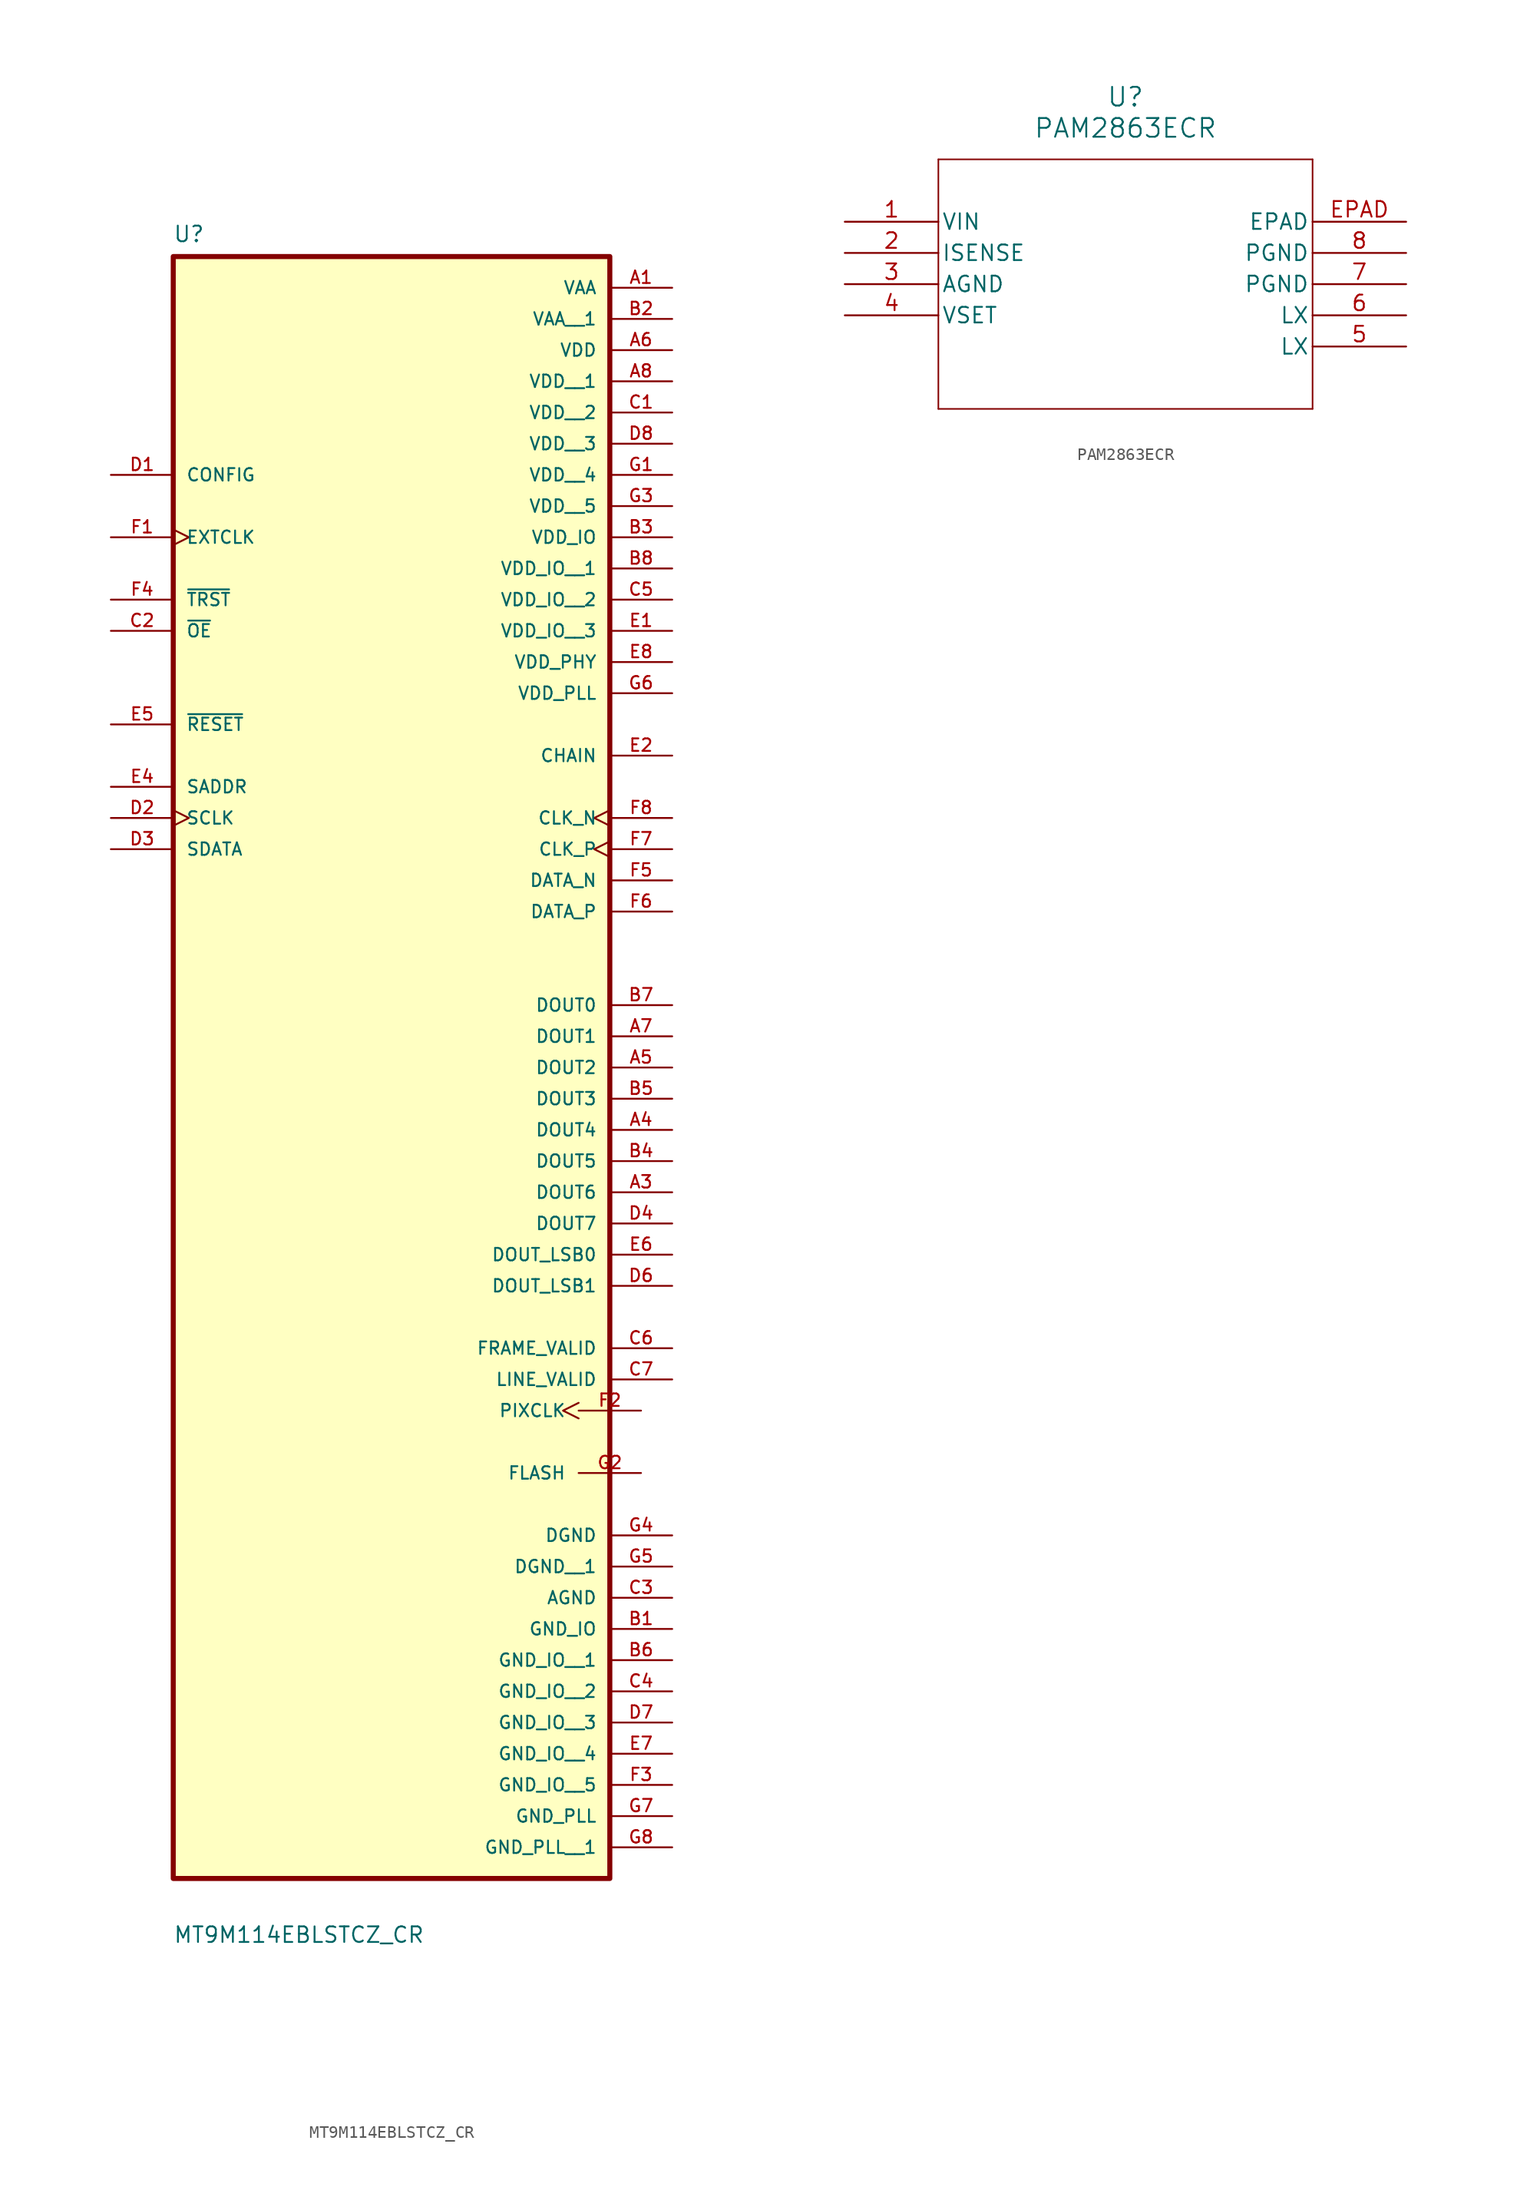
<source format=kicad_sym>
(kicad_symbol_lib
  (version 20211014)
  (generator kicad_symbol_editor)
  (symbol "MT9M114EBLSTCZ_CR"
    (pin_names
      (offset 1.016))
    (property "Reference" "U"
      (at -17.812 46.805 0.0)
      (effects (font (size 1.27 1.27)) (justify bottom left)))
    (property "Value" "MT9M114EBLSTCZ_CR"
      (at -17.801 -91.691 0.0)
      (effects (font (size 1.27 1.27)) (justify bottom left)))
    (symbol "MT9M114EBLSTCZ_CR_0_0"
      (rectangle (start -17.78 -86.36) (end 17.78 45.72) (stroke (width 0.41)) (fill (type background)))
      (pin input line (at -22.86 27.94 0) (length 5.08) (name "CONFIG" (effects (font (size 1.016 1.016)))) (number "D1" (effects (font (size 1.016 1.016)))))
      (pin input clock (at -22.86 22.86 0) (length 5.08) (name "EXTCLK" (effects (font (size 1.016 1.016)))) (number "F1" (effects (font (size 1.016 1.016)))))
      (pin input line (at -22.86 15.24 0) (length 5.08) (name "~{OE}" (effects (font (size 1.016 1.016)))) (number "C2" (effects (font (size 1.016 1.016)))))
      (pin input line (at -22.86 7.62 0) (length 5.08) (name "~{RESET}" (effects (font (size 1.016 1.016)))) (number "E5" (effects (font (size 1.016 1.016)))))
      (pin input line (at -22.86 2.54 0) (length 5.08) (name "SADDR" (effects (font (size 1.016 1.016)))) (number "E4" (effects (font (size 1.016 1.016)))))
      (pin input clock (at -22.86 0.0 0) (length 5.08) (name "SCLK" (effects (font (size 1.016 1.016)))) (number "D2" (effects (font (size 1.016 1.016)))))
      (pin input line (at -22.86 17.78 0) (length 5.08) (name "~{TRST}" (effects (font (size 1.016 1.016)))) (number "F4" (effects (font (size 1.016 1.016)))))
      (pin bidirectional line (at -22.86 -2.54 0) (length 5.08) (name "SDATA" (effects (font (size 1.016 1.016)))) (number "D3" (effects (font (size 1.016 1.016)))))
      (pin power_in line (at 22.86 -58.42 180.0) (length 5.08) (name "DGND" (effects (font (size 1.016 1.016)))) (number "G4" (effects (font (size 1.016 1.016)))))
      (pin power_in line (at 22.86 43.18 180.0) (length 5.08) (name "VAA" (effects (font (size 1.016 1.016)))) (number "A1" (effects (font (size 1.016 1.016)))))
      (pin power_in line (at 22.86 38.1 180.0) (length 5.08) (name "VDD" (effects (font (size 1.016 1.016)))) (number "A6" (effects (font (size 1.016 1.016)))))
      (pin power_in line (at 22.86 22.86 180.0) (length 5.08) (name "VDD_IO" (effects (font (size 1.016 1.016)))) (number "B3" (effects (font (size 1.016 1.016)))))
      (pin power_in line (at 22.86 12.7 180.0) (length 5.08) (name "VDD_PHY" (effects (font (size 1.016 1.016)))) (number "E8" (effects (font (size 1.016 1.016)))))
      (pin power_in line (at 22.86 10.16 180.0) (length 5.08) (name "VDD_PLL" (effects (font (size 1.016 1.016)))) (number "G6" (effects (font (size 1.016 1.016)))))
      (pin output line (at 22.86 5.08 180.0) (length 5.08) (name "CHAIN" (effects (font (size 1.016 1.016)))) (number "E2" (effects (font (size 1.016 1.016)))))
      (pin output clock (at 22.86 0.0 180.0) (length 5.08) (name "CLK_N" (effects (font (size 1.016 1.016)))) (number "F8" (effects (font (size 1.016 1.016)))))
      (pin output clock (at 22.86 -2.54 180.0) (length 5.08) (name "CLK_P" (effects (font (size 1.016 1.016)))) (number "F7" (effects (font (size 1.016 1.016)))))
      (pin output line (at 22.86 -5.08 180.0) (length 5.08) (name "DATA_N" (effects (font (size 1.016 1.016)))) (number "F5" (effects (font (size 1.016 1.016)))))
      (pin output line (at 22.86 -7.62 180.0) (length 5.08) (name "DATA_P" (effects (font (size 1.016 1.016)))) (number "F6" (effects (font (size 1.016 1.016)))))
      (pin output line (at 22.86 -15.24 180.0) (length 5.08) (name "DOUT0" (effects (font (size 1.016 1.016)))) (number "B7" (effects (font (size 1.016 1.016)))))
      (pin output line (at 22.86 -38.1 180.0) (length 5.08) (name "DOUT_LSB1" (effects (font (size 1.016 1.016)))) (number "D6" (effects (font (size 1.016 1.016)))))
      (pin output line (at 20.32 -53.34 180.0) (length 5.08) (name "FLASH" (effects (font (size 1.016 1.016)))) (number "G2" (effects (font (size 1.016 1.016)))))
      (pin output line (at 22.86 -43.18 180.0) (length 5.08) (name "FRAME_VALID" (effects (font (size 1.016 1.016)))) (number "C6" (effects (font (size 1.016 1.016)))))
      (pin output line (at 22.86 -45.72 180.0) (length 5.08) (name "LINE_VALID" (effects (font (size 1.016 1.016)))) (number "C7" (effects (font (size 1.016 1.016)))))
      (pin output clock (at 20.32 -48.26 180.0) (length 5.08) (name "PIXCLK" (effects (font (size 1.016 1.016)))) (number "F2" (effects (font (size 1.016 1.016)))))
      (pin power_in line (at 22.86 -63.5 180.0) (length 5.08) (name "AGND" (effects (font (size 1.016 1.016)))) (number "C3" (effects (font (size 1.016 1.016)))))
      (pin power_in line (at 22.86 -66.04 180.0) (length 5.08) (name "GND_IO" (effects (font (size 1.016 1.016)))) (number "B1" (effects (font (size 1.016 1.016)))))
      (pin power_in line (at 22.86 -81.28 180.0) (length 5.08) (name "GND_PLL" (effects (font (size 1.016 1.016)))) (number "G7" (effects (font (size 1.016 1.016)))))
      (pin output line (at 22.86 -17.78 180.0) (length 5.08) (name "DOUT1" (effects (font (size 1.016 1.016)))) (number "A7" (effects (font (size 1.016 1.016)))))
      (pin output line (at 22.86 -20.32 180.0) (length 5.08) (name "DOUT2" (effects (font (size 1.016 1.016)))) (number "A5" (effects (font (size 1.016 1.016)))))
      (pin output line (at 22.86 -22.86 180.0) (length 5.08) (name "DOUT3" (effects (font (size 1.016 1.016)))) (number "B5" (effects (font (size 1.016 1.016)))))
      (pin output line (at 22.86 -25.4 180.0) (length 5.08) (name "DOUT4" (effects (font (size 1.016 1.016)))) (number "A4" (effects (font (size 1.016 1.016)))))
      (pin output line (at 22.86 -27.94 180.0) (length 5.08) (name "DOUT5" (effects (font (size 1.016 1.016)))) (number "B4" (effects (font (size 1.016 1.016)))))
      (pin output line (at 22.86 -30.48 180.0) (length 5.08) (name "DOUT6" (effects (font (size 1.016 1.016)))) (number "A3" (effects (font (size 1.016 1.016)))))
      (pin output line (at 22.86 -33.02 180.0) (length 5.08) (name "DOUT7" (effects (font (size 1.016 1.016)))) (number "D4" (effects (font (size 1.016 1.016)))))
      (pin output line (at 22.86 -35.56 180.0) (length 5.08) (name "DOUT_LSB0" (effects (font (size 1.016 1.016)))) (number "E6" (effects (font (size 1.016 1.016)))))
      (pin power_in line (at 22.86 40.64 180.0) (length 5.08) (name "VAA__1" (effects (font (size 1.016 1.016)))) (number "B2" (effects (font (size 1.016 1.016)))))
      (pin power_in line (at 22.86 35.56 180.0) (length 5.08) (name "VDD__1" (effects (font (size 1.016 1.016)))) (number "A8" (effects (font (size 1.016 1.016)))))
      (pin power_in line (at 22.86 33.02 180.0) (length 5.08) (name "VDD__2" (effects (font (size 1.016 1.016)))) (number "C1" (effects (font (size 1.016 1.016)))))
      (pin power_in line (at 22.86 30.48 180.0) (length 5.08) (name "VDD__3" (effects (font (size 1.016 1.016)))) (number "D8" (effects (font (size 1.016 1.016)))))
      (pin power_in line (at 22.86 27.94 180.0) (length 5.08) (name "VDD__4" (effects (font (size 1.016 1.016)))) (number "G1" (effects (font (size 1.016 1.016)))))
      (pin power_in line (at 22.86 25.4 180.0) (length 5.08) (name "VDD__5" (effects (font (size 1.016 1.016)))) (number "G3" (effects (font (size 1.016 1.016)))))
      (pin power_in line (at 22.86 20.32 180.0) (length 5.08) (name "VDD_IO__1" (effects (font (size 1.016 1.016)))) (number "B8" (effects (font (size 1.016 1.016)))))
      (pin power_in line (at 22.86 17.78 180.0) (length 5.08) (name "VDD_IO__2" (effects (font (size 1.016 1.016)))) (number "C5" (effects (font (size 1.016 1.016)))))
      (pin power_in line (at 22.86 15.24 180.0) (length 5.08) (name "VDD_IO__3" (effects (font (size 1.016 1.016)))) (number "E1" (effects (font (size 1.016 1.016)))))
      (pin power_in line (at 22.86 -60.96 180.0) (length 5.08) (name "DGND__1" (effects (font (size 1.016 1.016)))) (number "G5" (effects (font (size 1.016 1.016)))))
      (pin power_in line (at 22.86 -68.58 180.0) (length 5.08) (name "GND_IO__1" (effects (font (size 1.016 1.016)))) (number "B6" (effects (font (size 1.016 1.016)))))
      (pin power_in line (at 22.86 -71.12 180.0) (length 5.08) (name "GND_IO__2" (effects (font (size 1.016 1.016)))) (number "C4" (effects (font (size 1.016 1.016)))))
      (pin power_in line (at 22.86 -73.66 180.0) (length 5.08) (name "GND_IO__3" (effects (font (size 1.016 1.016)))) (number "D7" (effects (font (size 1.016 1.016)))))
      (pin power_in line (at 22.86 -76.2 180.0) (length 5.08) (name "GND_IO__4" (effects (font (size 1.016 1.016)))) (number "E7" (effects (font (size 1.016 1.016)))))
      (pin power_in line (at 22.86 -78.74 180.0) (length 5.08) (name "GND_IO__5" (effects (font (size 1.016 1.016)))) (number "F3" (effects (font (size 1.016 1.016)))))
      (pin power_in line (at 22.86 -83.82 180.0) (length 5.08) (name "GND_PLL__1" (effects (font (size 1.016 1.016)))) (number "G8" (effects (font (size 1.016 1.016)))))))
  (symbol "PAM2863ECR"
    (pin_names
      (offset 0.254))
    (property "Reference" "U"
      (at 22.86 10.16 0)
      (effects (font (size 1.524 1.524))))
    (property "Value" "PAM2863ECR"
      (at 22.86 7.62 0)
      (effects (font (size 1.524 1.524))))
    (symbol "PAM2863ECR_0_1"
      (polyline (pts (xy 7.62 5.08) (xy 7.62 -15.24)) (stroke (width 0.127) (type default) (color 0 0 0 0)) (fill (type none)))
      (polyline (pts (xy 7.62 -15.24) (xy 38.1 -15.24)) (stroke (width 0.127) (type default) (color 0 0 0 0)) (fill (type none)))
      (polyline (pts (xy 38.1 -15.24) (xy 38.1 5.08)) (stroke (width 0.127) (type default) (color 0 0 0 0)) (fill (type none)))
      (polyline (pts (xy 38.1 5.08) (xy 7.62 5.08)) (stroke (width 0.127) (type default) (color 0 0 0 0)) (fill (type none)))
      (pin unspecified line (at 0 0 0) (length 7.62) (name "VIN" (effects (font (size 1.27 1.27)))) (number "1" (effects (font (size 1.27 1.27)))))
      (pin unspecified line (at 0 -2.54 0) (length 7.62) (name "ISENSE" (effects (font (size 1.27 1.27)))) (number "2" (effects (font (size 1.27 1.27)))))
      (pin power_out line (at 0 -5.08 0) (length 7.62) (name "AGND" (effects (font (size 1.27 1.27)))) (number "3" (effects (font (size 1.27 1.27)))))
      (pin unspecified line (at 0 -7.62 0) (length 7.62) (name "VSET" (effects (font (size 1.27 1.27)))) (number "4" (effects (font (size 1.27 1.27)))))
      (pin unspecified line (at 45.72 -10.16 180) (length 7.62) (name "LX" (effects (font (size 1.27 1.27)))) (number "5" (effects (font (size 1.27 1.27)))))
      (pin unspecified line (at 45.72 -7.62 180) (length 7.62) (name "LX" (effects (font (size 1.27 1.27)))) (number "6" (effects (font (size 1.27 1.27)))))
      (pin power_out line (at 45.72 -5.08 180) (length 7.62) (name "PGND" (effects (font (size 1.27 1.27)))) (number "7" (effects (font (size 1.27 1.27)))))
      (pin power_out line (at 45.72 -2.54 180) (length 7.62) (name "PGND" (effects (font (size 1.27 1.27)))) (number "8" (effects (font (size 1.27 1.27)))))
      (pin unspecified line (at 45.72 0 180) (length 7.62) (name "EPAD" (effects (font (size 1.27 1.27)))) (number "EPAD" (effects (font (size 1.27 1.27))))))))
</source>
